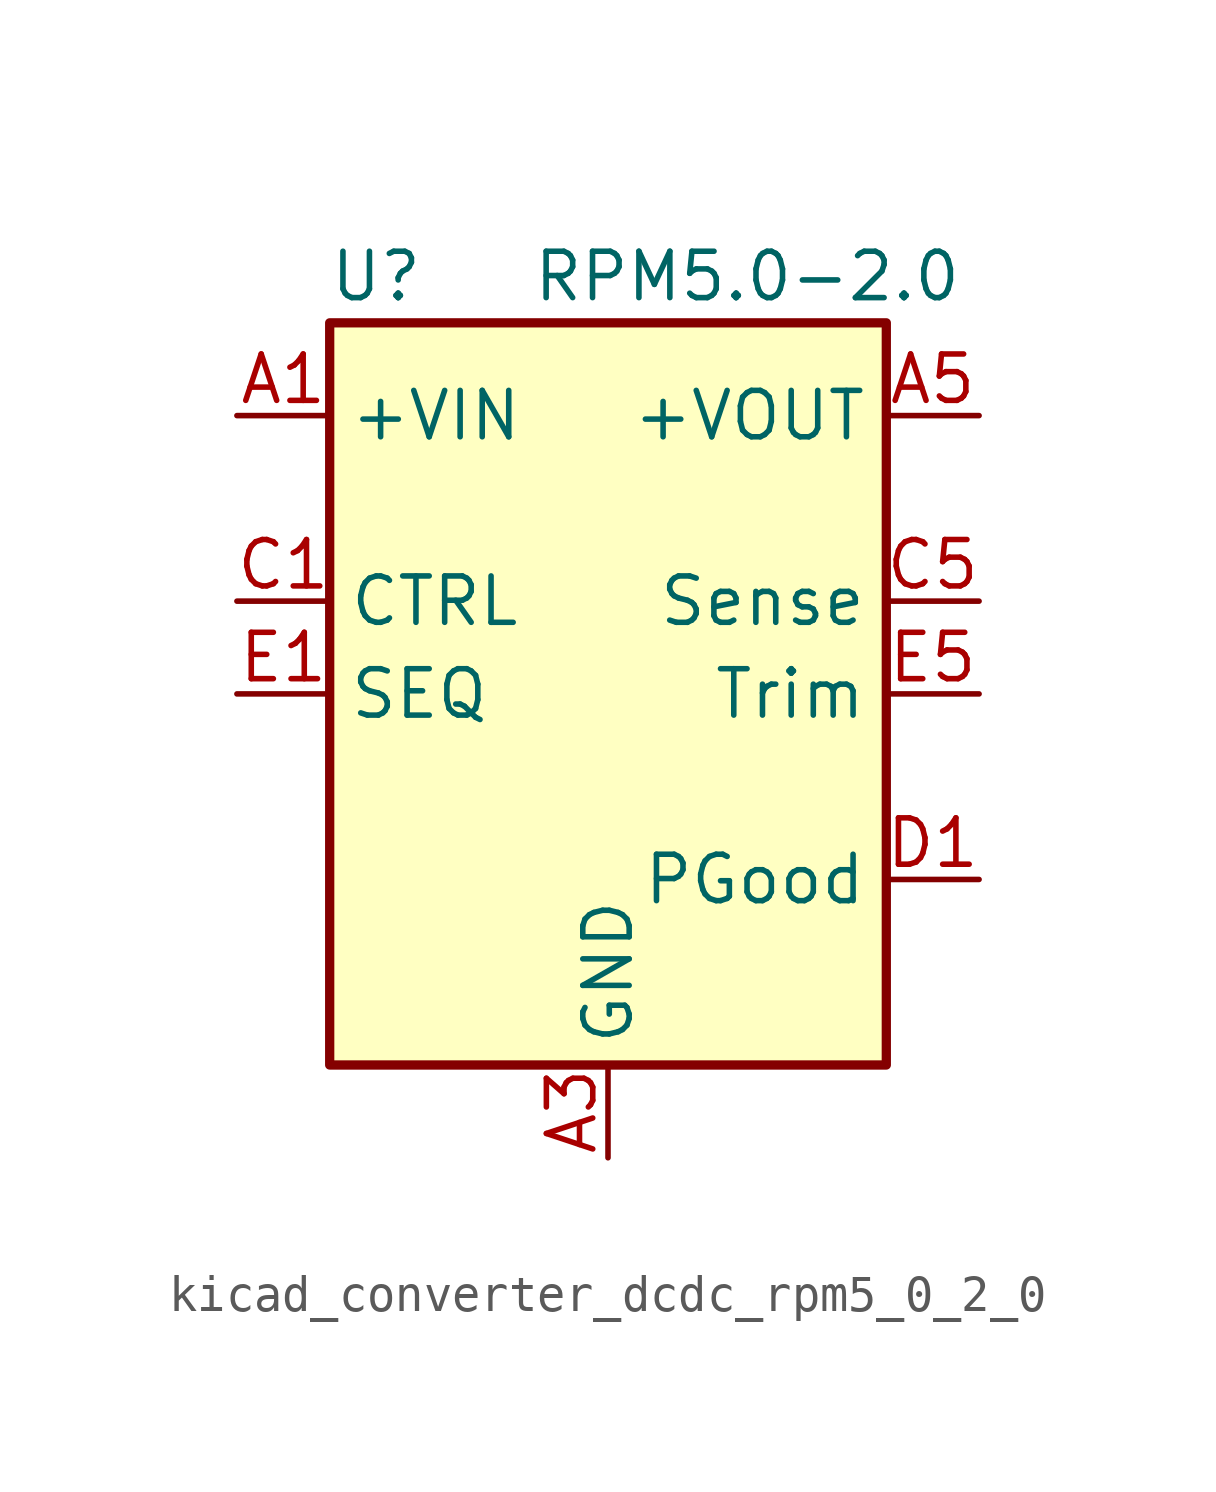
<source format=kicad_sym>
(kicad_symbol_lib
  (version 20220914)
  (generator kicad_symbol_editor)
  (symbol "kicad_converter_dcdc_rpm5_0_2_0"
    (property "Reference" "U"
      (at -6.35 11.43 0)
      (effects (font (size 1.27 1.27))))
    (property "Value" "RPM5.0-2.0"
      (at 3.81 11.43 0)
      (effects (font (size 1.27 1.27))))
    (symbol "kicad_converter_dcdc_rpm5_0_2_0_0_1"
      (rectangle (start -7.62 10.16) (end 7.62 -10.16) (stroke (width 0.254) (type default)) (fill (type background))))
    (symbol "kicad_converter_dcdc_rpm5_0_2_0_1_1"
      (pin power_in line (at -10.16 7.62 0) (length 2.54) (name "+VIN" (effects (font (size 1.27 1.27)))) (number "A1" (effects (font (size 1.27 1.27)))))
      (pin passive line (at -10.16 7.62 0) (length 2.54) hide (name "+VIN" (effects (font (size 1.27 1.27)))) (number "A2" (effects (font (size 1.27 1.27)))))
      (pin power_in line (at 0 -12.7 90) (length 2.54) (name "GND" (effects (font (size 1.27 1.27)))) (number "A3" (effects (font (size 1.27 1.27)))))
      (pin passive line (at 0 -12.7 90) (length 2.54) hide (name "GND" (effects (font (size 1.27 1.27)))) (number "A4" (effects (font (size 1.27 1.27)))))
      (pin power_out line (at 10.16 7.62 180) (length 2.54) (name "+VOUT" (effects (font (size 1.27 1.27)))) (number "A5" (effects (font (size 1.27 1.27)))))
      (pin passive line (at 0 -12.7 90) (length 2.54) hide (name "GND" (effects (font (size 1.27 1.27)))) (number "B1" (effects (font (size 1.27 1.27)))))
      (pin passive line (at 0 -12.7 90) (length 2.54) hide (name "GND" (effects (font (size 1.27 1.27)))) (number "B2" (effects (font (size 1.27 1.27)))))
      (pin passive line (at 0 -12.7 90) (length 2.54) hide (name "GND" (effects (font (size 1.27 1.27)))) (number "B3" (effects (font (size 1.27 1.27)))))
      (pin passive line (at 0 -12.7 90) (length 2.54) hide (name "GND" (effects (font (size 1.27 1.27)))) (number "B4" (effects (font (size 1.27 1.27)))))
      (pin passive line (at 10.16 7.62 180) (length 2.54) hide (name "+VOUT" (effects (font (size 1.27 1.27)))) (number "B5" (effects (font (size 1.27 1.27)))))
      (pin input line (at -10.16 2.54 0) (length 2.54) (name "CTRL" (effects (font (size 1.27 1.27)))) (number "C1" (effects (font (size 1.27 1.27)))))
      (pin passive line (at 0 -12.7 90) (length 2.54) hide (name "GND" (effects (font (size 1.27 1.27)))) (number "C2" (effects (font (size 1.27 1.27)))))
      (pin passive line (at 0 -12.7 90) (length 2.54) hide (name "GND" (effects (font (size 1.27 1.27)))) (number "C3" (effects (font (size 1.27 1.27)))))
      (pin passive line (at 0 -12.7 90) (length 2.54) hide (name "GND" (effects (font (size 1.27 1.27)))) (number "C4" (effects (font (size 1.27 1.27)))))
      (pin input line (at 10.16 2.54 180) (length 2.54) (name "Sense" (effects (font (size 1.27 1.27)))) (number "C5" (effects (font (size 1.27 1.27)))))
      (pin output line (at 10.16 -5.08 180) (length 2.54) (name "PGood" (effects (font (size 1.27 1.27)))) (number "D1" (effects (font (size 1.27 1.27)))))
      (pin passive line (at 0 -12.7 90) (length 2.54) hide (name "GND" (effects (font (size 1.27 1.27)))) (number "D2" (effects (font (size 1.27 1.27)))))
      (pin passive line (at 0 -12.7 90) (length 2.54) hide (name "GND" (effects (font (size 1.27 1.27)))) (number "D3" (effects (font (size 1.27 1.27)))))
      (pin passive line (at 0 -12.7 90) (length 2.54) hide (name "GND" (effects (font (size 1.27 1.27)))) (number "D4" (effects (font (size 1.27 1.27)))))
      (pin passive line (at 0 -12.7 90) (length 2.54) hide (name "GND" (effects (font (size 1.27 1.27)))) (number "D5" (effects (font (size 1.27 1.27)))))
      (pin passive line (at -10.16 0 0) (length 2.54) (name "SEQ" (effects (font (size 1.27 1.27)))) (number "E1" (effects (font (size 1.27 1.27)))))
      (pin no_connect line (at -7.62 -5.08 0) (length 2.54) hide (name "NC" (effects (font (size 1.27 1.27)))) (number "E2" (effects (font (size 1.27 1.27)))))
      (pin passive line (at 0 -12.7 90) (length 2.54) hide (name "GND" (effects (font (size 1.27 1.27)))) (number "E3" (effects (font (size 1.27 1.27)))))
      (pin passive line (at 0 -12.7 90) (length 2.54) hide (name "GND" (effects (font (size 1.27 1.27)))) (number "E4" (effects (font (size 1.27 1.27)))))
      (pin input line (at 10.16 0 180) (length 2.54) (name "Trim" (effects (font (size 1.27 1.27)))) (number "E5" (effects (font (size 1.27 1.27))))))))
</source>
